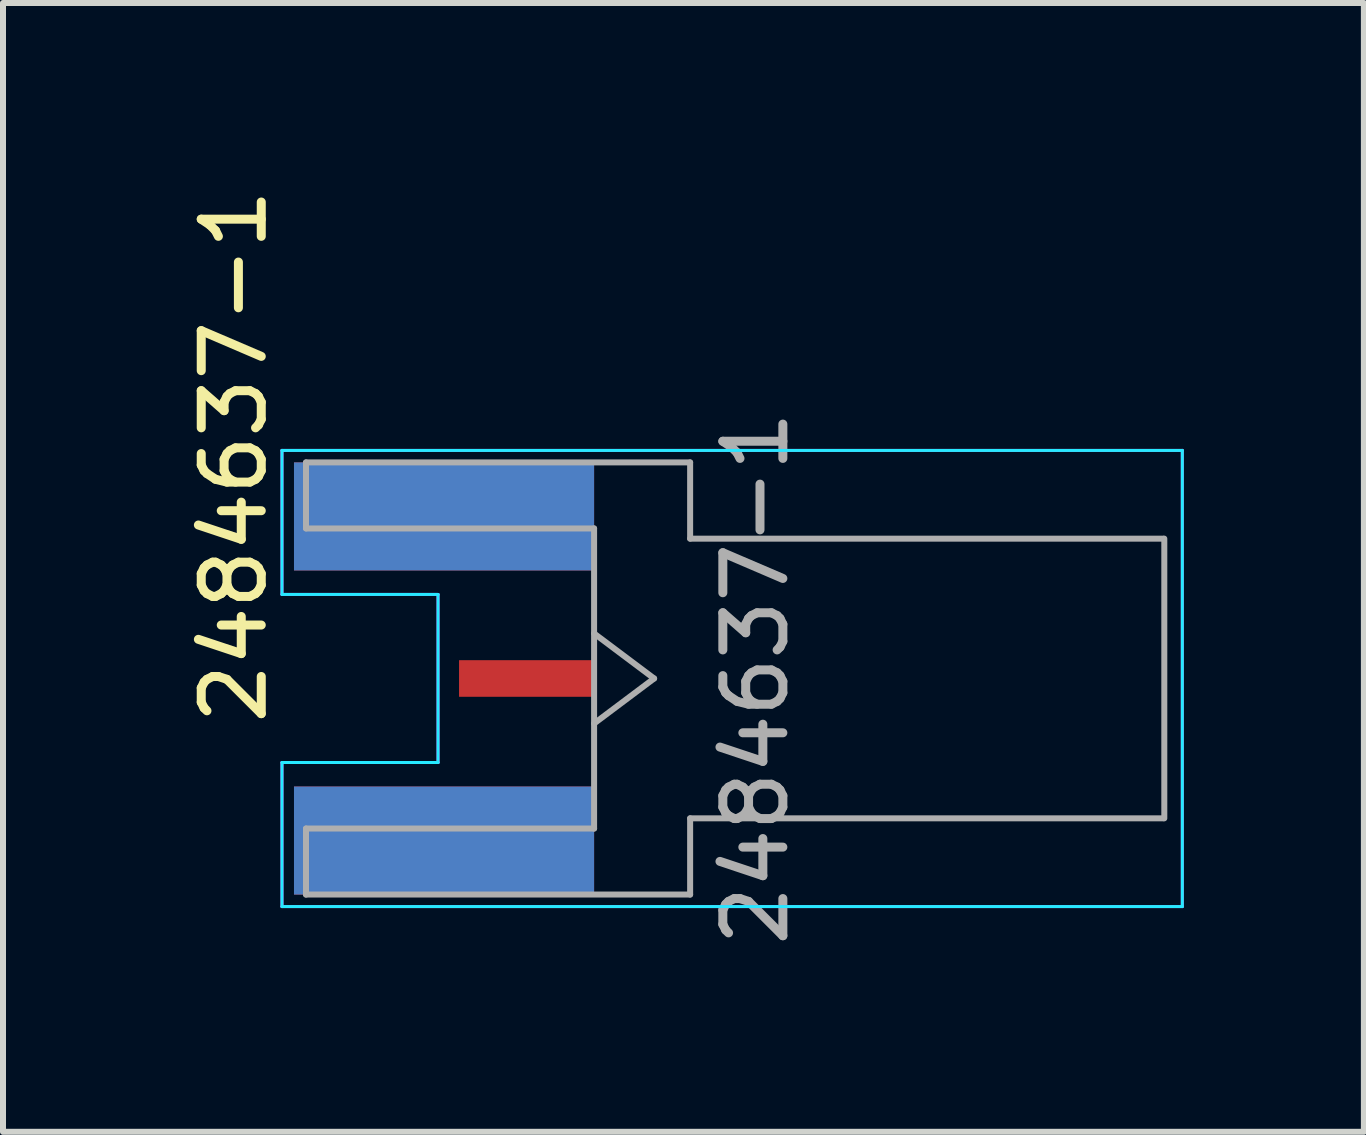
<source format=kicad_pcb>
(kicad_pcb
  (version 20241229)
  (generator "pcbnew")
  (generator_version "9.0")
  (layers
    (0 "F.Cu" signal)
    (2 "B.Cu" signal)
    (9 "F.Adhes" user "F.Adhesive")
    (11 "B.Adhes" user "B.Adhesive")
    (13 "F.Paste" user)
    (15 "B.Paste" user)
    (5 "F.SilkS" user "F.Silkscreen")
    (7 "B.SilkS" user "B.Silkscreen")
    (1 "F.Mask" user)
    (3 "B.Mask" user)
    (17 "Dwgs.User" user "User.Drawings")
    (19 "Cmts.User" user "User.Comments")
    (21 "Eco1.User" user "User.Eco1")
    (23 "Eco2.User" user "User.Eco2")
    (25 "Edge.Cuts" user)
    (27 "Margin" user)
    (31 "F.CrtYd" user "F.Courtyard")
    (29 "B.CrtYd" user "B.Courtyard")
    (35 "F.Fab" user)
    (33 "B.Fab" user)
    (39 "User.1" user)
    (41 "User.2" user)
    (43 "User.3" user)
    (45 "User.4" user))
  (footprint "2484637-1"
    (layer "F.Cu")
    (at 6.848 8.254)
    (property "Reference" "2484637-1" (at -6 -3.7 90) (layer "F.SilkS") (effects (font (size 1 1) (thickness 0.15))))
    (attr smd)
    (fp_line (start -5.2 -1.4) (end -5.2 -3.8) (stroke (width 0.05) (type solid)) (layer "B.CrtYd"))
    (fp_line (start -5.2 3.8) (end -5.2 1.4) (stroke (width 0.05) (type solid)) (layer "B.CrtYd"))
    (fp_line (start -2.6 -1.4) (end -5.2 -1.4) (stroke (width 0.05) (type solid)) (layer "B.CrtYd"))
    (fp_line (start -2.6 1.4) (end -5.2 1.4) (stroke (width 0.05) (type solid)) (layer "B.CrtYd"))
    (fp_line (start -2.6 1.4) (end -2.6 -1.4) (stroke (width 0.05) (type solid)) (layer "B.CrtYd"))
    (fp_line (start 9.8 -3.8) (end -5.2 -3.8) (stroke (width 0.05) (type solid)) (layer "B.CrtYd"))
    (fp_line (start 9.8 -3.8) (end 9.8 3.8) (stroke (width 0.05) (type solid)) (layer "B.CrtYd"))
    (fp_line (start 9.8 3.8) (end -5.2 3.8) (stroke (width 0.05) (type solid)) (layer "B.CrtYd"))
    (fp_line (start -5.2 -1.4) (end -5.2 -3.8) (stroke (width 0.05) (type solid)) (layer "F.CrtYd"))
    (fp_line (start -5.2 3.8) (end -5.2 1.4) (stroke (width 0.05) (type solid)) (layer "F.CrtYd"))
    (fp_line (start -2.6 -1.4) (end -5.2 -1.4) (stroke (width 0.05) (type solid)) (layer "F.CrtYd"))
    (fp_line (start -2.6 1.4) (end -5.2 1.4) (stroke (width 0.05) (type solid)) (layer "F.CrtYd"))
    (fp_line (start -2.6 1.4) (end -2.6 -1.4) (stroke (width 0.05) (type solid)) (layer "F.CrtYd"))
    (fp_line (start 9.8 -3.8) (end -5.2 -3.8) (stroke (width 0.05) (type solid)) (layer "F.CrtYd"))
    (fp_line (start 9.8 -3.8) (end 9.8 3.8) (stroke (width 0.05) (type solid)) (layer "F.CrtYd"))
    (fp_line (start 9.8 3.8) (end -5.2 3.8) (stroke (width 0.05) (type solid)) (layer "F.CrtYd"))
    (fp_line (start -4.8 -3.6) (end -4.8 -2.5) (stroke (width 0.1) (type solid)) (layer "F.Fab"))
    (fp_line (start -4.8 -3.6) (end 1.6 -3.6) (stroke (width 0.1) (type solid)) (layer "F.Fab"))
    (fp_line (start -4.8 2.5) (end -4.8 3.6) (stroke (width 0.1) (type solid)) (layer "F.Fab"))
    (fp_line (start -4.8 3.6) (end 1.6 3.6) (stroke (width 0.1) (type solid)) (layer "F.Fab"))
    (fp_line (start 0 -2.5) (end -4.8 -2.5) (stroke (width 0.1) (type solid)) (layer "F.Fab"))
    (fp_line (start 0 -2.5) (end 0 2.5) (stroke (width 0.1) (type solid)) (layer "F.Fab"))
    (fp_line (start 0 -0.75) (end 1 0) (stroke (width 0.1) (type solid)) (layer "F.Fab"))
    (fp_line (start 0 2.5) (end -4.8 2.5) (stroke (width 0.1) (type solid)) (layer "F.Fab"))
    (fp_line (start 1 0) (end 0 0.75) (stroke (width 0.1) (type solid)) (layer "F.Fab"))
    (fp_line (start 1.6 -2.33) (end 1.6 -3.6) (stroke (width 0.1) (type solid)) (layer "F.Fab"))
    (fp_line (start 1.6 -2.33) (end 9.48 -2.33) (stroke (width 0.1) (type solid)) (layer "F.Fab"))
    (fp_line (start 1.6 2.33) (end 9.48 2.33) (stroke (width 0.1) (type solid)) (layer "F.Fab"))
    (fp_line (start 1.6 3.6) (end 1.6 2.33) (stroke (width 0.1) (type solid)) (layer "F.Fab"))
    (fp_line (start 9.5 -2.33) (end 9.5 2.33) (stroke (width 0.1) (type solid)) (layer "F.Fab"))
    (fp_text user "${REFERENCE}" (at 2.69 0 270) (layer "F.Fab") (effects (font (size 1 1) (thickness 0.15))))
    (pad "1" smd rect (at -1.125 0 90) (size 0.61 2.25) (layers "F.Cu" "F.Mask" "F.Paste"))
    (pad "2" smd rect (at -2.5 -2.7 90) (size 1.8 5) (layers "F.Cu" "F.Mask" "F.Paste"))
    (pad "2" smd rect (at -2.5 -2.7 90) (size 1.8 5) (layers "B.Cu" "B.Mask" "B.Paste"))
    (pad "2" smd rect (at -2.5 2.7 90) (size 1.8 5) (layers "F.Cu" "F.Mask" "F.Paste"))
    (pad "2" smd rect (at -2.5 2.7 90) (size 1.8 5) (layers "B.Cu" "B.Mask" "B.Paste")))
  (gr_rect
    (start -3 -3)
    (end 19.673 15.807)
    (stroke (width 0.1) (type default))
    (fill no)
    (layer "Edge.Cuts")))
</source>
